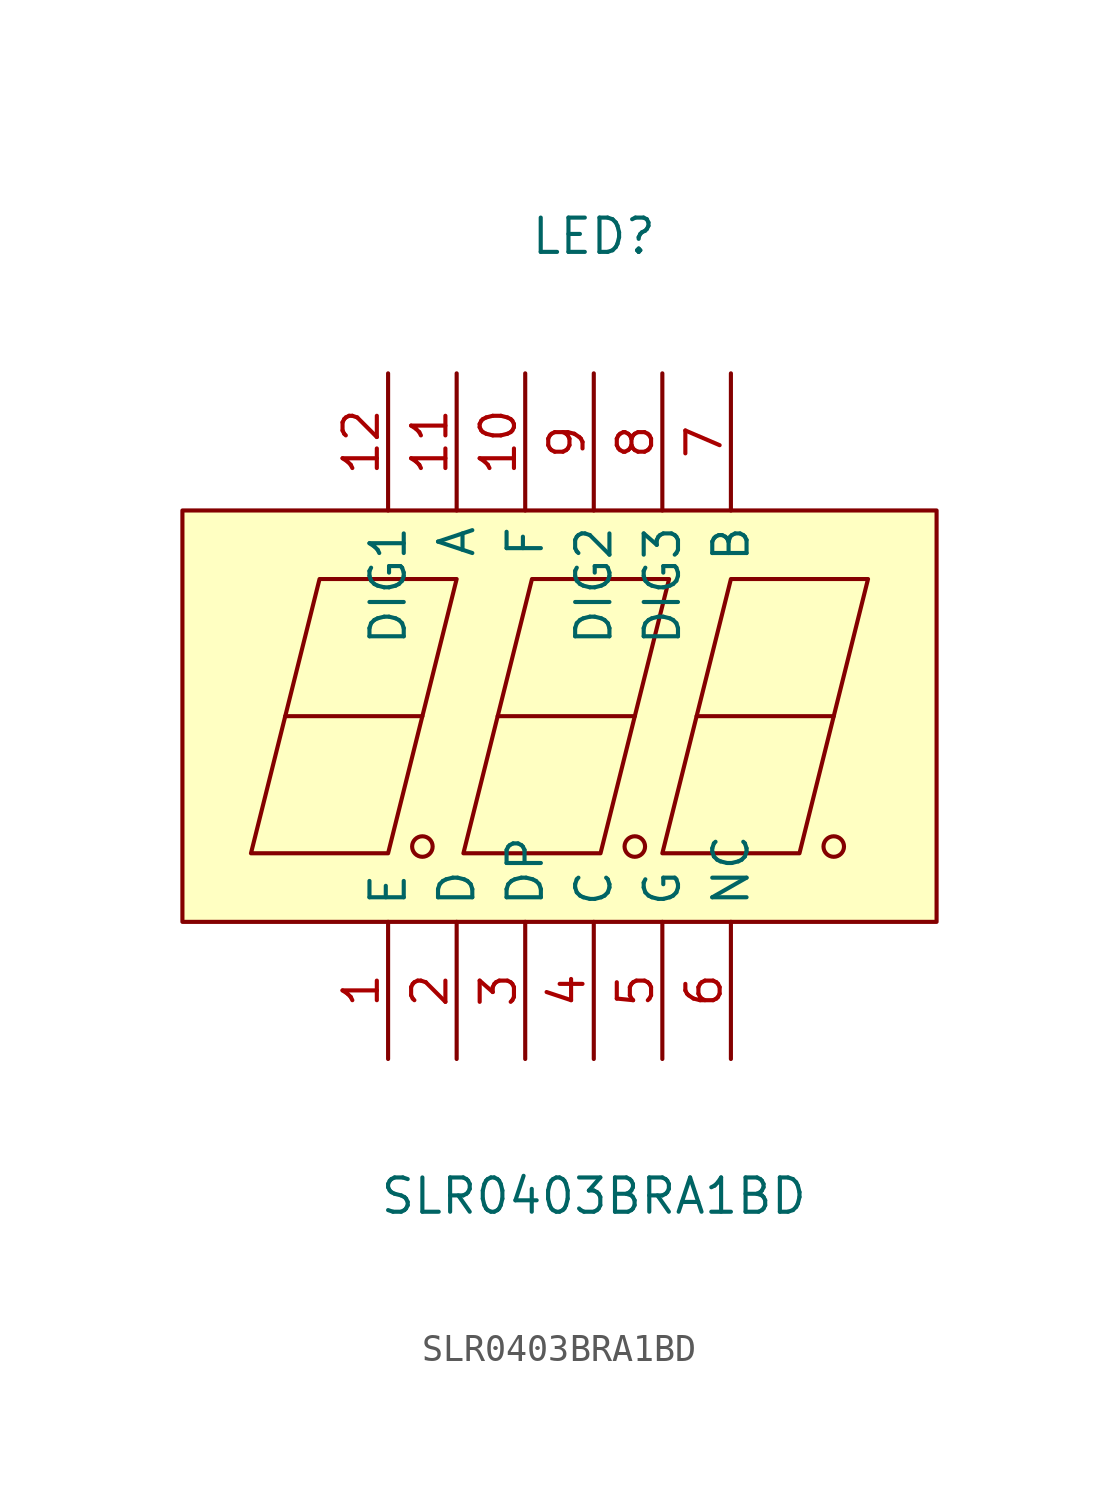
<source format=kicad_sym>
(kicad_symbol_lib
  (version 20211014)
  (generator https://github.com/uPesy/easyeda2kicad.py)
  (symbol "SLR0403BRA1BD"
    (property "Reference" "LED"
      (at 0 17.78 0)
      (effects (font (size 1.27 1.27))))
    (property "Value" "SLR0403BRA1BD"
      (at 0 -17.78 0)
      (effects (font (size 1.27 1.27))))
    (symbol "SLR0403BRA1BD_0_1"
      (rectangle (start -15.24 7.62) (end 12.70 -7.62) (stroke (width 0) (type default) (color 0 0 0 0)) (fill (type background)))
      (circle (center -6.35 -4.83) (radius 0.38) (stroke (width 0) (type default) (color 0 0 0 0)) (fill (type none)))
      (circle (center 1.52 -4.83) (radius 0.38) (stroke (width 0) (type default) (color 0 0 0 0)) (fill (type none)))
      (circle (center 8.89 -4.83) (radius 0.38) (stroke (width 0) (type default) (color 0 0 0 0)) (fill (type none)))
      (polyline (pts (xy -10.16 5.08) (xy -5.08 5.08) (xy -7.62 -5.08) (xy -12.70 -5.08) (xy -10.16 5.08)) (stroke (width 0) (type default) (color 0 0 0 0)) (fill (type background)))
      (polyline (pts (xy 5.08 5.08) (xy 10.16 5.08) (xy 7.62 -5.08) (xy 2.54 -5.08) (xy 5.08 5.08)) (stroke (width 0) (type default) (color 0 0 0 0)) (fill (type background)))
      (polyline (pts (xy -2.29 5.08) (xy 2.79 5.08) (xy 0.25 -5.08) (xy -4.83 -5.08) (xy -2.29 5.08)) (stroke (width 0) (type default) (color 0 0 0 0)) (fill (type background)))
      (polyline (pts (xy -11.43 -0.00) (xy -6.35 -0.00)) (stroke (width 0) (type default) (color 0 0 0 0)) (fill (type none)))
      (polyline (pts (xy -3.56 -0.00) (xy 1.52 -0.00)) (stroke (width 0) (type default) (color 0 0 0 0)) (fill (type none)))
      (polyline (pts (xy 3.81 -0.00) (xy 8.89 -0.00)) (stroke (width 0) (type default) (color 0 0 0 0)) (fill (type none)))
      (pin unspecified line (at -7.62 -12.70 90) (length 5.08) (name "E" (effects (font (size 1.27 1.27)))) (number "1" (effects (font (size 1.27 1.27)))))
      (pin unspecified line (at -5.08 -12.70 90) (length 5.08) (name "D" (effects (font (size 1.27 1.27)))) (number "2" (effects (font (size 1.27 1.27)))))
      (pin unspecified line (at -2.54 -12.70 90) (length 5.08) (name "DP" (effects (font (size 1.27 1.27)))) (number "3" (effects (font (size 1.27 1.27)))))
      (pin unspecified line (at 0.00 -12.70 90) (length 5.08) (name "C" (effects (font (size 1.27 1.27)))) (number "4" (effects (font (size 1.27 1.27)))))
      (pin unspecified line (at 2.54 -12.70 90) (length 5.08) (name "G" (effects (font (size 1.27 1.27)))) (number "5" (effects (font (size 1.27 1.27)))))
      (pin unspecified line (at 5.08 -12.70 90) (length 5.08) (name "NC" (effects (font (size 1.27 1.27)))) (number "6" (effects (font (size 1.27 1.27)))))
      (pin unspecified line (at 5.08 12.70 270) (length 5.08) (name "B" (effects (font (size 1.27 1.27)))) (number "7" (effects (font (size 1.27 1.27)))))
      (pin unspecified line (at 2.54 12.70 270) (length 5.08) (name "DIG3" (effects (font (size 1.27 1.27)))) (number "8" (effects (font (size 1.27 1.27)))))
      (pin unspecified line (at 0.00 12.70 270) (length 5.08) (name "DIG2" (effects (font (size 1.27 1.27)))) (number "9" (effects (font (size 1.27 1.27)))))
      (pin unspecified line (at -2.54 12.70 270) (length 5.08) (name "F" (effects (font (size 1.27 1.27)))) (number "10" (effects (font (size 1.27 1.27)))))
      (pin unspecified line (at -5.08 12.70 270) (length 5.08) (name "A" (effects (font (size 1.27 1.27)))) (number "11" (effects (font (size 1.27 1.27)))))
      (pin unspecified line (at -7.62 12.70 270) (length 5.08) (name "DIG1" (effects (font (size 1.27 1.27)))) (number "12" (effects (font (size 1.27 1.27))))))))
</source>
